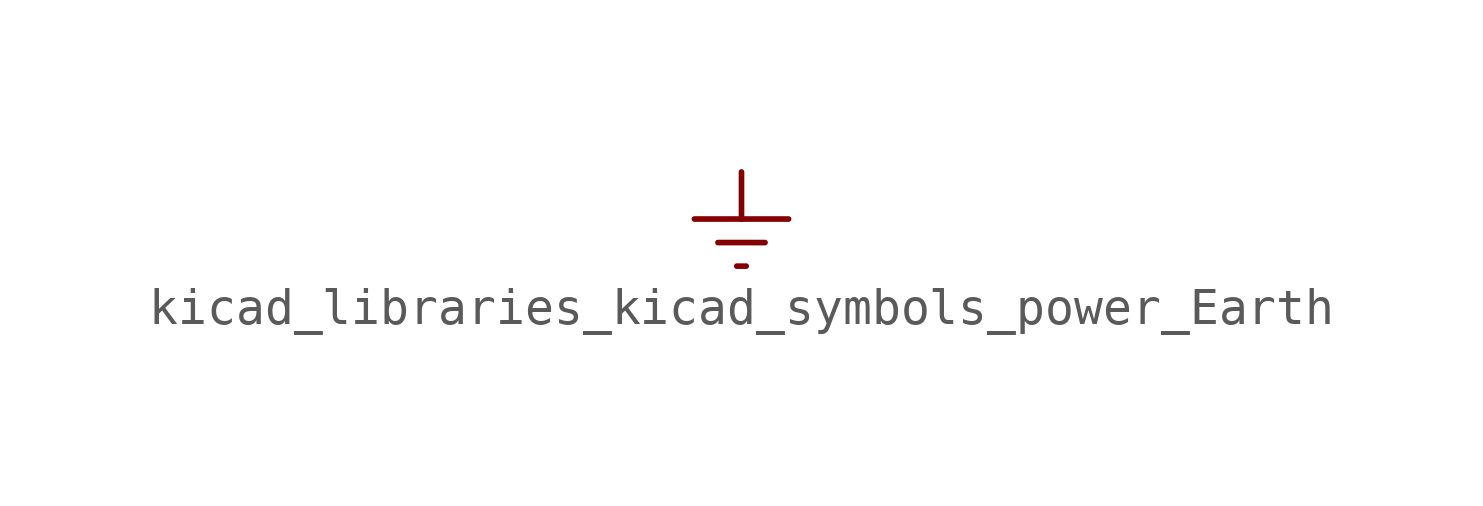
<source format=kicad_sym>
(kicad_symbol_lib
  (version 20220914)
  (generator kicad_symbol_editor)
  (symbol "kicad_libraries_kicad_symbols_power_Earth"
    (power)
    (pin_names
      (offset 0))
    (property "Reference" "#PWR"
      (at 0 -6.35 0)
      (effects (font (size 1.27 1.27)) hide))
    (symbol "kicad_libraries_kicad_symbols_power_Earth_0_1"
      (polyline (pts (xy -0.635 -1.905) (xy 0.635 -1.905)) (stroke (width 0) (type default)) (fill (type none)))
      (polyline (pts (xy -0.127 -2.54) (xy 0.127 -2.54)) (stroke (width 0) (type default)) (fill (type none)))
      (polyline (pts (xy 0 -1.27) (xy 0 0)) (stroke (width 0) (type default)) (fill (type none)))
      (polyline (pts (xy 1.27 -1.27) (xy -1.27 -1.27)) (stroke (width 0) (type default)) (fill (type none))))
    (symbol "kicad_libraries_kicad_symbols_power_Earth_1_1"
      (pin power_in line (at 0 0 270) (length 0) hide (name "Earth" (effects (font (size 1.27 1.27)))) (number "1" (effects (font (size 1.27 1.27))))))))
</source>
